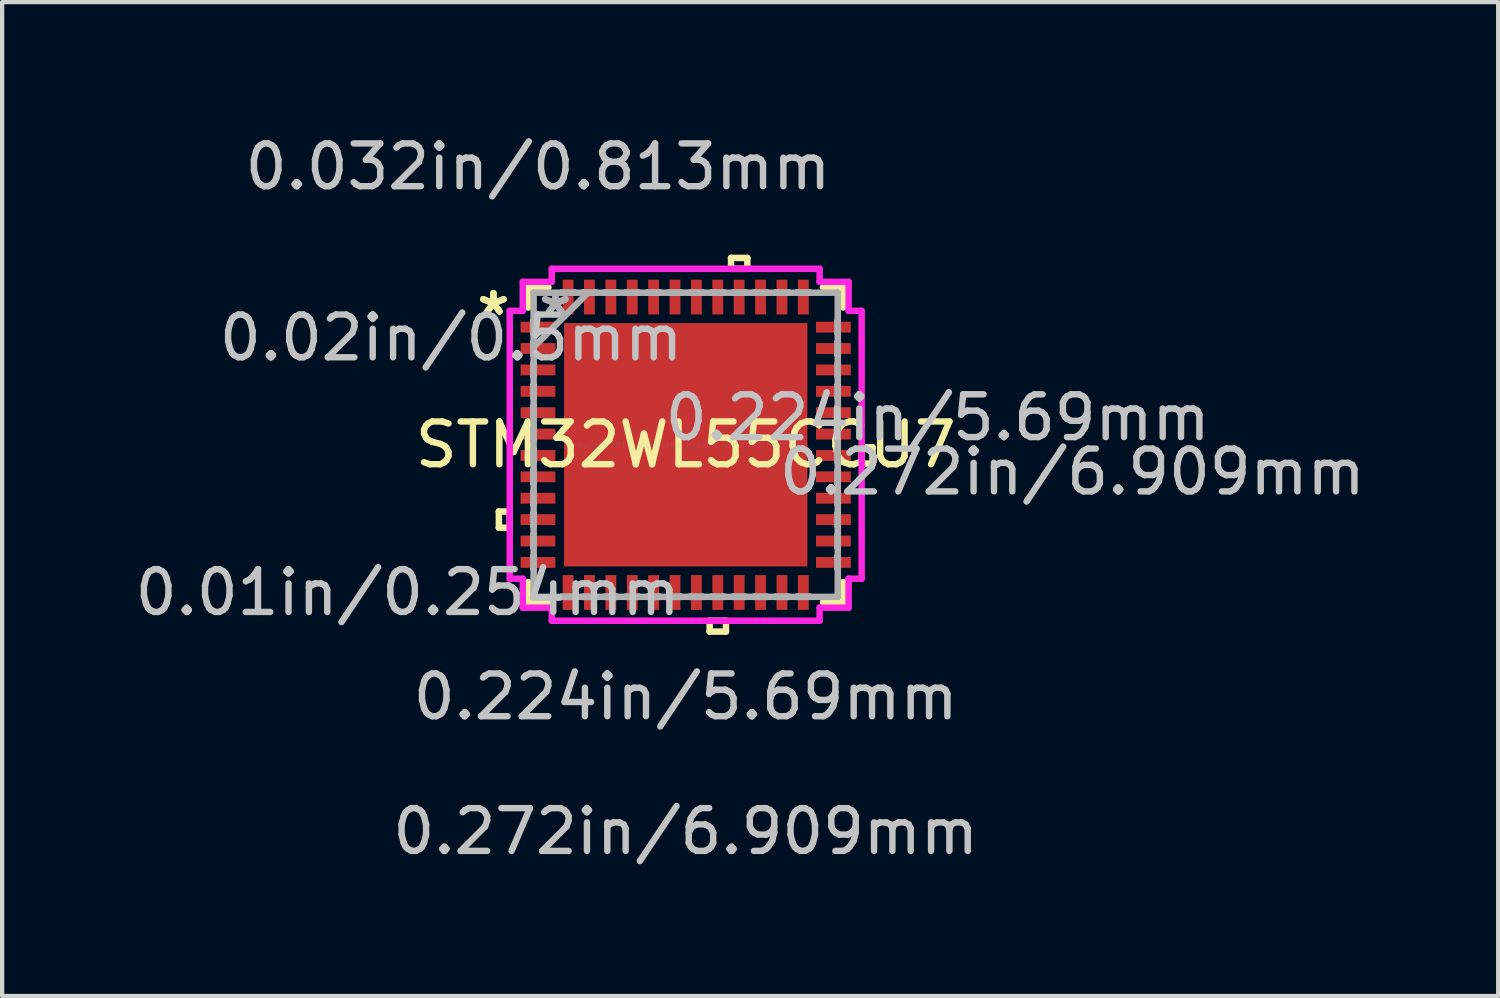
<source format=kicad_pcb>
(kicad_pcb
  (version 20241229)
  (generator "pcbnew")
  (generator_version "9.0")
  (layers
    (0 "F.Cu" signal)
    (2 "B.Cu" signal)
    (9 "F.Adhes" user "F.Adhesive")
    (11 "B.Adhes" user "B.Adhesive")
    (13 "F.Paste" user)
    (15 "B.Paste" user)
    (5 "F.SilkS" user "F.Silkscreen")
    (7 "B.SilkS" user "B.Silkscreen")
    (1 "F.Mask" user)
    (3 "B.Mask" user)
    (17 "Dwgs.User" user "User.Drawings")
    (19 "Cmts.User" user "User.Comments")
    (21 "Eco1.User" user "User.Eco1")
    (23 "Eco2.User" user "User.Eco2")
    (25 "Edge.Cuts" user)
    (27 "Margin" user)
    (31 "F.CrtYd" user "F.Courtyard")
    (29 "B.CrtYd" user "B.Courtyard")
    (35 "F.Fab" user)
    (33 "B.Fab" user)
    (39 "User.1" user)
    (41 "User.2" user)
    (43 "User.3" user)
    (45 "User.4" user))
  (footprint "STM32WL55CCU7"
    (layer "F.Cu")
    (at 12.985 7.351)
    (property "Reference" "STM32WL55CCU7" (at 0 0 0) (layer "F.SilkS") (effects (font (size 1 1) (thickness 0.15))))
    (attr through_hole)
    (fp_line (start -4.369 1.56) (end -4.369 1.941) (stroke (width 0.152) (type solid)) (layer "F.SilkS"))
    (fp_line (start -4.369 1.941) (end -4.115 1.941) (stroke (width 0.152) (type solid)) (layer "F.SilkS"))
    (fp_line (start -4.115 1.56) (end -4.369 1.56) (stroke (width 0.152) (type solid)) (layer "F.SilkS"))
    (fp_line (start -4.115 1.941) (end -4.115 1.56) (stroke (width 0.152) (type solid)) (layer "F.SilkS"))
    (fp_line (start -3.683 -3.683) (end -3.683 -3.21) (stroke (width 0.152) (type solid)) (layer "F.SilkS"))
    (fp_line (start -3.683 3.21) (end -3.683 3.683) (stroke (width 0.152) (type solid)) (layer "F.SilkS"))
    (fp_line (start -3.683 3.683) (end -3.21 3.683) (stroke (width 0.152) (type solid)) (layer "F.SilkS"))
    (fp_line (start -3.21 -3.683) (end -3.683 -3.683) (stroke (width 0.152) (type solid)) (layer "F.SilkS"))
    (fp_line (start 0.56 4.115) (end 0.56 4.369) (stroke (width 0.152) (type solid)) (layer "F.SilkS"))
    (fp_line (start 0.56 4.369) (end 0.941 4.369) (stroke (width 0.152) (type solid)) (layer "F.SilkS"))
    (fp_line (start 0.941 4.115) (end 0.56 4.115) (stroke (width 0.152) (type solid)) (layer "F.SilkS"))
    (fp_line (start 0.941 4.369) (end 0.941 4.115) (stroke (width 0.152) (type solid)) (layer "F.SilkS"))
    (fp_line (start 1.06 -4.369) (end 1.441 -4.369) (stroke (width 0.152) (type solid)) (layer "F.SilkS"))
    (fp_line (start 1.06 -4.115) (end 1.06 -4.369) (stroke (width 0.152) (type solid)) (layer "F.SilkS"))
    (fp_line (start 1.441 -4.369) (end 1.441 -4.115) (stroke (width 0.152) (type solid)) (layer "F.SilkS"))
    (fp_line (start 1.441 -4.115) (end 1.06 -4.115) (stroke (width 0.152) (type solid)) (layer "F.SilkS"))
    (fp_line (start 3.21 3.683) (end 3.683 3.683) (stroke (width 0.152) (type solid)) (layer "F.SilkS"))
    (fp_line (start 3.683 -3.683) (end 3.21 -3.683) (stroke (width 0.152) (type solid)) (layer "F.SilkS"))
    (fp_line (start 3.683 -3.21) (end 3.683 -3.683) (stroke (width 0.152) (type solid)) (layer "F.SilkS"))
    (fp_line (start 3.683 3.683) (end 3.683 3.21) (stroke (width 0.152) (type solid)) (layer "F.SilkS"))
    (fp_line (start 4.115 0.06) (end 4.369 0.06) (stroke (width 0.152) (type solid)) (layer "F.SilkS"))
    (fp_line (start 4.115 0.441) (end 4.115 0.06) (stroke (width 0.152) (type solid)) (layer "F.SilkS"))
    (fp_line (start 4.369 0.06) (end 4.369 0.441) (stroke (width 0.152) (type solid)) (layer "F.SilkS"))
    (fp_line (start 4.369 0.441) (end 4.115 0.441) (stroke (width 0.152) (type solid)) (layer "F.SilkS"))
    (fp_line (start -2.745 -2.745) (end -2.745 -1.522) (stroke (width 0.152) (type solid)) (layer "F.Paste"))
    (fp_line (start -2.745 -1.522) (end -1.522 -1.522) (stroke (width 0.152) (type solid)) (layer "F.Paste"))
    (fp_line (start -2.745 -1.322) (end -2.745 -0.1) (stroke (width 0.152) (type solid)) (layer "F.Paste"))
    (fp_line (start -2.745 -0.1) (end -1.522 -0.1) (stroke (width 0.152) (type solid)) (layer "F.Paste"))
    (fp_line (start -2.745 0.1) (end -2.745 1.322) (stroke (width 0.152) (type solid)) (layer "F.Paste"))
    (fp_line (start -2.745 1.322) (end -1.522 1.322) (stroke (width 0.152) (type solid)) (layer "F.Paste"))
    (fp_line (start -2.745 1.522) (end -2.745 2.745) (stroke (width 0.152) (type solid)) (layer "F.Paste"))
    (fp_line (start -2.745 2.745) (end -1.522 2.745) (stroke (width 0.152) (type solid)) (layer "F.Paste"))
    (fp_line (start -1.522 -2.745) (end -2.745 -2.745) (stroke (width 0.152) (type solid)) (layer "F.Paste"))
    (fp_line (start -1.522 -1.522) (end -1.522 -2.745) (stroke (width 0.152) (type solid)) (layer "F.Paste"))
    (fp_line (start -1.522 -1.322) (end -2.745 -1.322) (stroke (width 0.152) (type solid)) (layer "F.Paste"))
    (fp_line (start -1.522 -0.1) (end -1.522 -1.322) (stroke (width 0.152) (type solid)) (layer "F.Paste"))
    (fp_line (start -1.522 0.1) (end -2.745 0.1) (stroke (width 0.152) (type solid)) (layer "F.Paste"))
    (fp_line (start -1.522 1.322) (end -1.522 0.1) (stroke (width 0.152) (type solid)) (layer "F.Paste"))
    (fp_line (start -1.522 1.522) (end -2.745 1.522) (stroke (width 0.152) (type solid)) (layer "F.Paste"))
    (fp_line (start -1.522 2.745) (end -1.522 1.522) (stroke (width 0.152) (type solid)) (layer "F.Paste"))
    (fp_line (start -1.322 -2.745) (end -1.322 -1.522) (stroke (width 0.152) (type solid)) (layer "F.Paste"))
    (fp_line (start -1.322 -1.522) (end -0.1 -1.522) (stroke (width 0.152) (type solid)) (layer "F.Paste"))
    (fp_line (start -1.322 -1.322) (end -1.322 -0.1) (stroke (width 0.152) (type solid)) (layer "F.Paste"))
    (fp_line (start -1.322 -0.1) (end -0.1 -0.1) (stroke (width 0.152) (type solid)) (layer "F.Paste"))
    (fp_line (start -1.322 0.1) (end -1.322 1.322) (stroke (width 0.152) (type solid)) (layer "F.Paste"))
    (fp_line (start -1.322 1.322) (end -0.1 1.322) (stroke (width 0.152) (type solid)) (layer "F.Paste"))
    (fp_line (start -1.322 1.522) (end -1.322 2.745) (stroke (width 0.152) (type solid)) (layer "F.Paste"))
    (fp_line (start -1.322 2.745) (end -0.1 2.745) (stroke (width 0.152) (type solid)) (layer "F.Paste"))
    (fp_line (start -0.1 -2.745) (end -1.322 -2.745) (stroke (width 0.152) (type solid)) (layer "F.Paste"))
    (fp_line (start -0.1 -1.522) (end -0.1 -2.745) (stroke (width 0.152) (type solid)) (layer "F.Paste"))
    (fp_line (start -0.1 -1.322) (end -1.322 -1.322) (stroke (width 0.152) (type solid)) (layer "F.Paste"))
    (fp_line (start -0.1 -0.1) (end -0.1 -1.322) (stroke (width 0.152) (type solid)) (layer "F.Paste"))
    (fp_line (start -0.1 0.1) (end -1.322 0.1) (stroke (width 0.152) (type solid)) (layer "F.Paste"))
    (fp_line (start -0.1 1.322) (end -0.1 0.1) (stroke (width 0.152) (type solid)) (layer "F.Paste"))
    (fp_line (start -0.1 1.522) (end -1.322 1.522) (stroke (width 0.152) (type solid)) (layer "F.Paste"))
    (fp_line (start -0.1 2.745) (end -0.1 1.522) (stroke (width 0.152) (type solid)) (layer "F.Paste"))
    (fp_line (start 0.1 -2.745) (end 0.1 -1.522) (stroke (width 0.152) (type solid)) (layer "F.Paste"))
    (fp_line (start 0.1 -1.522) (end 1.322 -1.522) (stroke (width 0.152) (type solid)) (layer "F.Paste"))
    (fp_line (start 0.1 -1.322) (end 0.1 -0.1) (stroke (width 0.152) (type solid)) (layer "F.Paste"))
    (fp_line (start 0.1 -0.1) (end 1.322 -0.1) (stroke (width 0.152) (type solid)) (layer "F.Paste"))
    (fp_line (start 0.1 0.1) (end 0.1 1.322) (stroke (width 0.152) (type solid)) (layer "F.Paste"))
    (fp_line (start 0.1 1.322) (end 1.322 1.322) (stroke (width 0.152) (type solid)) (layer "F.Paste"))
    (fp_line (start 0.1 1.522) (end 0.1 2.745) (stroke (width 0.152) (type solid)) (layer "F.Paste"))
    (fp_line (start 0.1 2.745) (end 1.322 2.745) (stroke (width 0.152) (type solid)) (layer "F.Paste"))
    (fp_line (start 1.322 -2.745) (end 0.1 -2.745) (stroke (width 0.152) (type solid)) (layer "F.Paste"))
    (fp_line (start 1.322 -1.522) (end 1.322 -2.745) (stroke (width 0.152) (type solid)) (layer "F.Paste"))
    (fp_line (start 1.322 -1.322) (end 0.1 -1.322) (stroke (width 0.152) (type solid)) (layer "F.Paste"))
    (fp_line (start 1.322 -0.1) (end 1.322 -1.322) (stroke (width 0.152) (type solid)) (layer "F.Paste"))
    (fp_line (start 1.322 0.1) (end 0.1 0.1) (stroke (width 0.152) (type solid)) (layer "F.Paste"))
    (fp_line (start 1.322 1.322) (end 1.322 0.1) (stroke (width 0.152) (type solid)) (layer "F.Paste"))
    (fp_line (start 1.322 1.522) (end 0.1 1.522) (stroke (width 0.152) (type solid)) (layer "F.Paste"))
    (fp_line (start 1.322 2.745) (end 1.322 1.522) (stroke (width 0.152) (type solid)) (layer "F.Paste"))
    (fp_line (start 1.522 -2.745) (end 1.522 -1.522) (stroke (width 0.152) (type solid)) (layer "F.Paste"))
    (fp_line (start 1.522 -1.522) (end 2.745 -1.522) (stroke (width 0.152) (type solid)) (layer "F.Paste"))
    (fp_line (start 1.522 -1.322) (end 1.522 -0.1) (stroke (width 0.152) (type solid)) (layer "F.Paste"))
    (fp_line (start 1.522 -0.1) (end 2.745 -0.1) (stroke (width 0.152) (type solid)) (layer "F.Paste"))
    (fp_line (start 1.522 0.1) (end 1.522 1.322) (stroke (width 0.152) (type solid)) (layer "F.Paste"))
    (fp_line (start 1.522 1.322) (end 2.745 1.322) (stroke (width 0.152) (type solid)) (layer "F.Paste"))
    (fp_line (start 1.522 1.522) (end 1.522 2.745) (stroke (width 0.152) (type solid)) (layer "F.Paste"))
    (fp_line (start 1.522 2.745) (end 2.745 2.745) (stroke (width 0.152) (type solid)) (layer "F.Paste"))
    (fp_line (start 2.745 -2.745) (end 1.522 -2.745) (stroke (width 0.152) (type solid)) (layer "F.Paste"))
    (fp_line (start 2.745 -1.522) (end 2.745 -2.745) (stroke (width 0.152) (type solid)) (layer "F.Paste"))
    (fp_line (start 2.745 -1.322) (end 1.522 -1.322) (stroke (width 0.152) (type solid)) (layer "F.Paste"))
    (fp_line (start 2.745 -0.1) (end 2.745 -1.322) (stroke (width 0.152) (type solid)) (layer "F.Paste"))
    (fp_line (start 2.745 0.1) (end 1.522 0.1) (stroke (width 0.152) (type solid)) (layer "F.Paste"))
    (fp_line (start 2.745 1.322) (end 2.745 0.1) (stroke (width 0.152) (type solid)) (layer "F.Paste"))
    (fp_line (start 2.745 1.522) (end 1.522 1.522) (stroke (width 0.152) (type solid)) (layer "F.Paste"))
    (fp_line (start 2.745 2.745) (end 2.745 1.522) (stroke (width 0.152) (type solid)) (layer "F.Paste"))
    (fp_line (start -4.115 -3.132) (end -3.81 -3.132) (stroke (width 0.152) (type solid)) (layer "F.CrtYd"))
    (fp_line (start -4.115 3.132) (end -4.115 -3.132) (stroke (width 0.152) (type solid)) (layer "F.CrtYd"))
    (fp_line (start -3.81 -3.81) (end -3.132 -3.81) (stroke (width 0.152) (type solid)) (layer "F.CrtYd"))
    (fp_line (start -3.81 -3.132) (end -3.81 -3.81) (stroke (width 0.152) (type solid)) (layer "F.CrtYd"))
    (fp_line (start -3.81 3.132) (end -4.115 3.132) (stroke (width 0.152) (type solid)) (layer "F.CrtYd"))
    (fp_line (start -3.81 3.81) (end -3.81 3.132) (stroke (width 0.152) (type solid)) (layer "F.CrtYd"))
    (fp_line (start -3.132 -4.115) (end 3.132 -4.115) (stroke (width 0.152) (type solid)) (layer "F.CrtYd"))
    (fp_line (start -3.132 -3.81) (end -3.132 -4.115) (stroke (width 0.152) (type solid)) (layer "F.CrtYd"))
    (fp_line (start -3.132 3.81) (end -3.81 3.81) (stroke (width 0.152) (type solid)) (layer "F.CrtYd"))
    (fp_line (start -3.132 4.115) (end -3.132 3.81) (stroke (width 0.152) (type solid)) (layer "F.CrtYd"))
    (fp_line (start 3.132 -4.115) (end 3.132 -3.81) (stroke (width 0.152) (type solid)) (layer "F.CrtYd"))
    (fp_line (start 3.132 -3.81) (end 3.81 -3.81) (stroke (width 0.152) (type solid)) (layer "F.CrtYd"))
    (fp_line (start 3.132 3.81) (end 3.132 4.115) (stroke (width 0.152) (type solid)) (layer "F.CrtYd"))
    (fp_line (start 3.132 4.115) (end -3.132 4.115) (stroke (width 0.152) (type solid)) (layer "F.CrtYd"))
    (fp_line (start 3.81 -3.81) (end 3.81 -3.132) (stroke (width 0.152) (type solid)) (layer "F.CrtYd"))
    (fp_line (start 3.81 -3.132) (end 4.115 -3.132) (stroke (width 0.152) (type solid)) (layer "F.CrtYd"))
    (fp_line (start 3.81 3.132) (end 3.81 3.81) (stroke (width 0.152) (type solid)) (layer "F.CrtYd"))
    (fp_line (start 3.81 3.81) (end 3.132 3.81) (stroke (width 0.152) (type solid)) (layer "F.CrtYd"))
    (fp_line (start 4.115 -3.132) (end 4.115 3.132) (stroke (width 0.152) (type solid)) (layer "F.CrtYd"))
    (fp_line (start 4.115 3.132) (end 3.81 3.132) (stroke (width 0.152) (type solid)) (layer "F.CrtYd"))
    (fp_line (start -3.556 -3.556) (end -3.556 -3.556) (stroke (width 0.152) (type solid)) (layer "F.Fab"))
    (fp_line (start -3.556 -3.556) (end -3.556 3.556) (stroke (width 0.152) (type solid)) (layer "F.Fab"))
    (fp_line (start -3.556 -2.903) (end -3.556 -2.903) (stroke (width 0.152) (type solid)) (layer "F.Fab"))
    (fp_line (start -3.556 -2.903) (end -3.556 -2.598) (stroke (width 0.152) (type solid)) (layer "F.Fab"))
    (fp_line (start -3.556 -2.598) (end -3.556 -2.903) (stroke (width 0.152) (type solid)) (layer "F.Fab"))
    (fp_line (start -3.556 -2.598) (end -3.556 -2.598) (stroke (width 0.152) (type solid)) (layer "F.Fab"))
    (fp_line (start -3.556 -2.403) (end -3.556 -2.403) (stroke (width 0.152) (type solid)) (layer "F.Fab"))
    (fp_line (start -3.556 -2.403) (end -3.556 -2.098) (stroke (width 0.152) (type solid)) (layer "F.Fab"))
    (fp_line (start -3.556 -2.286) (end -2.286 -3.556) (stroke (width 0.152) (type solid)) (layer "F.Fab"))
    (fp_line (start -3.556 -2.098) (end -3.556 -2.403) (stroke (width 0.152) (type solid)) (layer "F.Fab"))
    (fp_line (start -3.556 -2.098) (end -3.556 -2.098) (stroke (width 0.152) (type solid)) (layer "F.Fab"))
    (fp_line (start -3.556 -1.903) (end -3.556 -1.903) (stroke (width 0.152) (type solid)) (layer "F.Fab"))
    (fp_line (start -3.556 -1.903) (end -3.556 -1.598) (stroke (width 0.152) (type solid)) (layer "F.Fab"))
    (fp_line (start -3.556 -1.598) (end -3.556 -1.903) (stroke (width 0.152) (type solid)) (layer "F.Fab"))
    (fp_line (start -3.556 -1.598) (end -3.556 -1.598) (stroke (width 0.152) (type solid)) (layer "F.Fab"))
    (fp_line (start -3.556 -1.403) (end -3.556 -1.403) (stroke (width 0.152) (type solid)) (layer "F.Fab"))
    (fp_line (start -3.556 -1.403) (end -3.556 -1.098) (stroke (width 0.152) (type solid)) (layer "F.Fab"))
    (fp_line (start -3.556 -1.098) (end -3.556 -1.403) (stroke (width 0.152) (type solid)) (layer "F.Fab"))
    (fp_line (start -3.556 -1.098) (end -3.556 -1.098) (stroke (width 0.152) (type solid)) (layer "F.Fab"))
    (fp_line (start -3.556 -0.903) (end -3.556 -0.903) (stroke (width 0.152) (type solid)) (layer "F.Fab"))
    (fp_line (start -3.556 -0.903) (end -3.556 -0.598) (stroke (width 0.152) (type solid)) (layer "F.Fab"))
    (fp_line (start -3.556 -0.598) (end -3.556 -0.903) (stroke (width 0.152) (type solid)) (layer "F.Fab"))
    (fp_line (start -3.556 -0.598) (end -3.556 -0.598) (stroke (width 0.152) (type solid)) (layer "F.Fab"))
    (fp_line (start -3.556 -0.402) (end -3.556 -0.402) (stroke (width 0.152) (type solid)) (layer "F.Fab"))
    (fp_line (start -3.556 -0.402) (end -3.556 -0.098) (stroke (width 0.152) (type solid)) (layer "F.Fab"))
    (fp_line (start -3.556 -0.098) (end -3.556 -0.402) (stroke (width 0.152) (type solid)) (layer "F.Fab"))
    (fp_line (start -3.556 -0.098) (end -3.556 -0.098) (stroke (width 0.152) (type solid)) (layer "F.Fab"))
    (fp_line (start -3.556 0.098) (end -3.556 0.098) (stroke (width 0.152) (type solid)) (layer "F.Fab"))
    (fp_line (start -3.556 0.098) (end -3.556 0.402) (stroke (width 0.152) (type solid)) (layer "F.Fab"))
    (fp_line (start -3.556 0.402) (end -3.556 0.098) (stroke (width 0.152) (type solid)) (layer "F.Fab"))
    (fp_line (start -3.556 0.402) (end -3.556 0.402) (stroke (width 0.152) (type solid)) (layer "F.Fab"))
    (fp_line (start -3.556 0.598) (end -3.556 0.598) (stroke (width 0.152) (type solid)) (layer "F.Fab"))
    (fp_line (start -3.556 0.598) (end -3.556 0.903) (stroke (width 0.152) (type solid)) (layer "F.Fab"))
    (fp_line (start -3.556 0.903) (end -3.556 0.598) (stroke (width 0.152) (type solid)) (layer "F.Fab"))
    (fp_line (start -3.556 0.903) (end -3.556 0.903) (stroke (width 0.152) (type solid)) (layer "F.Fab"))
    (fp_line (start -3.556 1.098) (end -3.556 1.098) (stroke (width 0.152) (type solid)) (layer "F.Fab"))
    (fp_line (start -3.556 1.098) (end -3.556 1.403) (stroke (width 0.152) (type solid)) (layer "F.Fab"))
    (fp_line (start -3.556 1.403) (end -3.556 1.098) (stroke (width 0.152) (type solid)) (layer "F.Fab"))
    (fp_line (start -3.556 1.403) (end -3.556 1.403) (stroke (width 0.152) (type solid)) (layer "F.Fab"))
    (fp_line (start -3.556 1.598) (end -3.556 1.598) (stroke (width 0.152) (type solid)) (layer "F.Fab"))
    (fp_line (start -3.556 1.598) (end -3.556 1.903) (stroke (width 0.152) (type solid)) (layer "F.Fab"))
    (fp_line (start -3.556 1.903) (end -3.556 1.598) (stroke (width 0.152) (type solid)) (layer "F.Fab"))
    (fp_line (start -3.556 1.903) (end -3.556 1.903) (stroke (width 0.152) (type solid)) (layer "F.Fab"))
    (fp_line (start -3.556 2.098) (end -3.556 2.098) (stroke (width 0.152) (type solid)) (layer "F.Fab"))
    (fp_line (start -3.556 2.098) (end -3.556 2.403) (stroke (width 0.152) (type solid)) (layer "F.Fab"))
    (fp_line (start -3.556 2.403) (end -3.556 2.098) (stroke (width 0.152) (type solid)) (layer "F.Fab"))
    (fp_line (start -3.556 2.403) (end -3.556 2.403) (stroke (width 0.152) (type solid)) (layer "F.Fab"))
    (fp_line (start -3.556 2.598) (end -3.556 2.598) (stroke (width 0.152) (type solid)) (layer "F.Fab"))
    (fp_line (start -3.556 2.598) (end -3.556 2.903) (stroke (width 0.152) (type solid)) (layer "F.Fab"))
    (fp_line (start -3.556 2.903) (end -3.556 2.598) (stroke (width 0.152) (type solid)) (layer "F.Fab"))
    (fp_line (start -3.556 2.903) (end -3.556 2.903) (stroke (width 0.152) (type solid)) (layer "F.Fab"))
    (fp_line (start -3.556 3.556) (end -3.556 3.556) (stroke (width 0.152) (type solid)) (layer "F.Fab"))
    (fp_line (start -3.556 3.556) (end 3.556 3.556) (stroke (width 0.152) (type solid)) (layer "F.Fab"))
    (fp_line (start -2.903 -3.556) (end -2.903 -3.556) (stroke (width 0.152) (type solid)) (layer "F.Fab"))
    (fp_line (start -2.903 -3.556) (end -2.598 -3.556) (stroke (width 0.152) (type solid)) (layer "F.Fab"))
    (fp_line (start -2.903 3.556) (end -2.903 3.556) (stroke (width 0.152) (type solid)) (layer "F.Fab"))
    (fp_line (start -2.903 3.556) (end -2.598 3.556) (stroke (width 0.152) (type solid)) (layer "F.Fab"))
    (fp_line (start -2.598 -3.556) (end -2.903 -3.556) (stroke (width 0.152) (type solid)) (layer "F.Fab"))
    (fp_line (start -2.598 -3.556) (end -2.598 -3.556) (stroke (width 0.152) (type solid)) (layer "F.Fab"))
    (fp_line (start -2.598 3.556) (end -2.903 3.556) (stroke (width 0.152) (type solid)) (layer "F.Fab"))
    (fp_line (start -2.598 3.556) (end -2.598 3.556) (stroke (width 0.152) (type solid)) (layer "F.Fab"))
    (fp_line (start -2.403 -3.556) (end -2.403 -3.556) (stroke (width 0.152) (type solid)) (layer "F.Fab"))
    (fp_line (start -2.403 -3.556) (end -2.098 -3.556) (stroke (width 0.152) (type solid)) (layer "F.Fab"))
    (fp_line (start -2.403 3.556) (end -2.403 3.556) (stroke (width 0.152) (type solid)) (layer "F.Fab"))
    (fp_line (start -2.403 3.556) (end -2.098 3.556) (stroke (width 0.152) (type solid)) (layer "F.Fab"))
    (fp_line (start -2.098 -3.556) (end -2.403 -3.556) (stroke (width 0.152) (type solid)) (layer "F.Fab"))
    (fp_line (start -2.098 -3.556) (end -2.098 -3.556) (stroke (width 0.152) (type solid)) (layer "F.Fab"))
    (fp_line (start -2.098 3.556) (end -2.403 3.556) (stroke (width 0.152) (type solid)) (layer "F.Fab"))
    (fp_line (start -2.098 3.556) (end -2.098 3.556) (stroke (width 0.152) (type solid)) (layer "F.Fab"))
    (fp_line (start -1.903 -3.556) (end -1.903 -3.556) (stroke (width 0.152) (type solid)) (layer "F.Fab"))
    (fp_line (start -1.903 -3.556) (end -1.598 -3.556) (stroke (width 0.152) (type solid)) (layer "F.Fab"))
    (fp_line (start -1.903 3.556) (end -1.903 3.556) (stroke (width 0.152) (type solid)) (layer "F.Fab"))
    (fp_line (start -1.903 3.556) (end -1.598 3.556) (stroke (width 0.152) (type solid)) (layer "F.Fab"))
    (fp_line (start -1.598 -3.556) (end -1.903 -3.556) (stroke (width 0.152) (type solid)) (layer "F.Fab"))
    (fp_line (start -1.598 -3.556) (end -1.598 -3.556) (stroke (width 0.152) (type solid)) (layer "F.Fab"))
    (fp_line (start -1.598 3.556) (end -1.903 3.556) (stroke (width 0.152) (type solid)) (layer "F.Fab"))
    (fp_line (start -1.598 3.556) (end -1.598 3.556) (stroke (width 0.152) (type solid)) (layer "F.Fab"))
    (fp_line (start -1.403 -3.556) (end -1.403 -3.556) (stroke (width 0.152) (type solid)) (layer "F.Fab"))
    (fp_line (start -1.403 -3.556) (end -1.098 -3.556) (stroke (width 0.152) (type solid)) (layer "F.Fab"))
    (fp_line (start -1.403 3.556) (end -1.403 3.556) (stroke (width 0.152) (type solid)) (layer "F.Fab"))
    (fp_line (start -1.403 3.556) (end -1.098 3.556) (stroke (width 0.152) (type solid)) (layer "F.Fab"))
    (fp_line (start -1.098 -3.556) (end -1.403 -3.556) (stroke (width 0.152) (type solid)) (layer "F.Fab"))
    (fp_line (start -1.098 -3.556) (end -1.098 -3.556) (stroke (width 0.152) (type solid)) (layer "F.Fab"))
    (fp_line (start -1.098 3.556) (end -1.403 3.556) (stroke (width 0.152) (type solid)) (layer "F.Fab"))
    (fp_line (start -1.098 3.556) (end -1.098 3.556) (stroke (width 0.152) (type solid)) (layer "F.Fab"))
    (fp_line (start -0.903 -3.556) (end -0.903 -3.556) (stroke (width 0.152) (type solid)) (layer "F.Fab"))
    (fp_line (start -0.903 -3.556) (end -0.598 -3.556) (stroke (width 0.152) (type solid)) (layer "F.Fab"))
    (fp_line (start -0.903 3.556) (end -0.903 3.556) (stroke (width 0.152) (type solid)) (layer "F.Fab"))
    (fp_line (start -0.903 3.556) (end -0.598 3.556) (stroke (width 0.152) (type solid)) (layer "F.Fab"))
    (fp_line (start -0.598 -3.556) (end -0.903 -3.556) (stroke (width 0.152) (type solid)) (layer "F.Fab"))
    (fp_line (start -0.598 -3.556) (end -0.598 -3.556) (stroke (width 0.152) (type solid)) (layer "F.Fab"))
    (fp_line (start -0.598 3.556) (end -0.903 3.556) (stroke (width 0.152) (type solid)) (layer "F.Fab"))
    (fp_line (start -0.598 3.556) (end -0.598 3.556) (stroke (width 0.152) (type solid)) (layer "F.Fab"))
    (fp_line (start -0.402 -3.556) (end -0.402 -3.556) (stroke (width 0.152) (type solid)) (layer "F.Fab"))
    (fp_line (start -0.402 -3.556) (end -0.098 -3.556) (stroke (width 0.152) (type solid)) (layer "F.Fab"))
    (fp_line (start -0.402 3.556) (end -0.402 3.556) (stroke (width 0.152) (type solid)) (layer "F.Fab"))
    (fp_line (start -0.402 3.556) (end -0.098 3.556) (stroke (width 0.152) (type solid)) (layer "F.Fab"))
    (fp_line (start -0.098 -3.556) (end -0.402 -3.556) (stroke (width 0.152) (type solid)) (layer "F.Fab"))
    (fp_line (start -0.098 -3.556) (end -0.098 -3.556) (stroke (width 0.152) (type solid)) (layer "F.Fab"))
    (fp_line (start -0.098 3.556) (end -0.402 3.556) (stroke (width 0.152) (type solid)) (layer "F.Fab"))
    (fp_line (start -0.098 3.556) (end -0.098 3.556) (stroke (width 0.152) (type solid)) (layer "F.Fab"))
    (fp_line (start 0.098 -3.556) (end 0.098 -3.556) (stroke (width 0.152) (type solid)) (layer "F.Fab"))
    (fp_line (start 0.098 -3.556) (end 0.402 -3.556) (stroke (width 0.152) (type solid)) (layer "F.Fab"))
    (fp_line (start 0.098 3.556) (end 0.098 3.556) (stroke (width 0.152) (type solid)) (layer "F.Fab"))
    (fp_line (start 0.098 3.556) (end 0.402 3.556) (stroke (width 0.152) (type solid)) (layer "F.Fab"))
    (fp_line (start 0.402 -3.556) (end 0.098 -3.556) (stroke (width 0.152) (type solid)) (layer "F.Fab"))
    (fp_line (start 0.402 -3.556) (end 0.402 -3.556) (stroke (width 0.152) (type solid)) (layer "F.Fab"))
    (fp_line (start 0.402 3.556) (end 0.098 3.556) (stroke (width 0.152) (type solid)) (layer "F.Fab"))
    (fp_line (start 0.402 3.556) (end 0.402 3.556) (stroke (width 0.152) (type solid)) (layer "F.Fab"))
    (fp_line (start 0.598 -3.556) (end 0.598 -3.556) (stroke (width 0.152) (type solid)) (layer "F.Fab"))
    (fp_line (start 0.598 -3.556) (end 0.903 -3.556) (stroke (width 0.152) (type solid)) (layer "F.Fab"))
    (fp_line (start 0.598 3.556) (end 0.598 3.556) (stroke (width 0.152) (type solid)) (layer "F.Fab"))
    (fp_line (start 0.598 3.556) (end 0.903 3.556) (stroke (width 0.152) (type solid)) (layer "F.Fab"))
    (fp_line (start 0.903 -3.556) (end 0.598 -3.556) (stroke (width 0.152) (type solid)) (layer "F.Fab"))
    (fp_line (start 0.903 -3.556) (end 0.903 -3.556) (stroke (width 0.152) (type solid)) (layer "F.Fab"))
    (fp_line (start 0.903 3.556) (end 0.598 3.556) (stroke (width 0.152) (type solid)) (layer "F.Fab"))
    (fp_line (start 0.903 3.556) (end 0.903 3.556) (stroke (width 0.152) (type solid)) (layer "F.Fab"))
    (fp_line (start 1.098 -3.556) (end 1.098 -3.556) (stroke (width 0.152) (type solid)) (layer "F.Fab"))
    (fp_line (start 1.098 -3.556) (end 1.403 -3.556) (stroke (width 0.152) (type solid)) (layer "F.Fab"))
    (fp_line (start 1.098 3.556) (end 1.098 3.556) (stroke (width 0.152) (type solid)) (layer "F.Fab"))
    (fp_line (start 1.098 3.556) (end 1.403 3.556) (stroke (width 0.152) (type solid)) (layer "F.Fab"))
    (fp_line (start 1.403 -3.556) (end 1.098 -3.556) (stroke (width 0.152) (type solid)) (layer "F.Fab"))
    (fp_line (start 1.403 -3.556) (end 1.403 -3.556) (stroke (width 0.152) (type solid)) (layer "F.Fab"))
    (fp_line (start 1.403 3.556) (end 1.098 3.556) (stroke (width 0.152) (type solid)) (layer "F.Fab"))
    (fp_line (start 1.403 3.556) (end 1.403 3.556) (stroke (width 0.152) (type solid)) (layer "F.Fab"))
    (fp_line (start 1.598 -3.556) (end 1.598 -3.556) (stroke (width 0.152) (type solid)) (layer "F.Fab"))
    (fp_line (start 1.598 -3.556) (end 1.903 -3.556) (stroke (width 0.152) (type solid)) (layer "F.Fab"))
    (fp_line (start 1.598 3.556) (end 1.598 3.556) (stroke (width 0.152) (type solid)) (layer "F.Fab"))
    (fp_line (start 1.598 3.556) (end 1.903 3.556) (stroke (width 0.152) (type solid)) (layer "F.Fab"))
    (fp_line (start 1.903 -3.556) (end 1.598 -3.556) (stroke (width 0.152) (type solid)) (layer "F.Fab"))
    (fp_line (start 1.903 -3.556) (end 1.903 -3.556) (stroke (width 0.152) (type solid)) (layer "F.Fab"))
    (fp_line (start 1.903 3.556) (end 1.598 3.556) (stroke (width 0.152) (type solid)) (layer "F.Fab"))
    (fp_line (start 1.903 3.556) (end 1.903 3.556) (stroke (width 0.152) (type solid)) (layer "F.Fab"))
    (fp_line (start 2.098 -3.556) (end 2.098 -3.556) (stroke (width 0.152) (type solid)) (layer "F.Fab"))
    (fp_line (start 2.098 -3.556) (end 2.403 -3.556) (stroke (width 0.152) (type solid)) (layer "F.Fab"))
    (fp_line (start 2.098 3.556) (end 2.098 3.556) (stroke (width 0.152) (type solid)) (layer "F.Fab"))
    (fp_line (start 2.098 3.556) (end 2.403 3.556) (stroke (width 0.152) (type solid)) (layer "F.Fab"))
    (fp_line (start 2.403 -3.556) (end 2.098 -3.556) (stroke (width 0.152) (type solid)) (layer "F.Fab"))
    (fp_line (start 2.403 -3.556) (end 2.403 -3.556) (stroke (width 0.152) (type solid)) (layer "F.Fab"))
    (fp_line (start 2.403 3.556) (end 2.098 3.556) (stroke (width 0.152) (type solid)) (layer "F.Fab"))
    (fp_line (start 2.403 3.556) (end 2.403 3.556) (stroke (width 0.152) (type solid)) (layer "F.Fab"))
    (fp_line (start 2.598 -3.556) (end 2.598 -3.556) (stroke (width 0.152) (type solid)) (layer "F.Fab"))
    (fp_line (start 2.598 -3.556) (end 2.903 -3.556) (stroke (width 0.152) (type solid)) (layer "F.Fab"))
    (fp_line (start 2.598 3.556) (end 2.598 3.556) (stroke (width 0.152) (type solid)) (layer "F.Fab"))
    (fp_line (start 2.598 3.556) (end 2.903 3.556) (stroke (width 0.152) (type solid)) (layer "F.Fab"))
    (fp_line (start 2.903 -3.556) (end 2.598 -3.556) (stroke (width 0.152) (type solid)) (layer "F.Fab"))
    (fp_line (start 2.903 -3.556) (end 2.903 -3.556) (stroke (width 0.152) (type solid)) (layer "F.Fab"))
    (fp_line (start 2.903 3.556) (end 2.598 3.556) (stroke (width 0.152) (type solid)) (layer "F.Fab"))
    (fp_line (start 2.903 3.556) (end 2.903 3.556) (stroke (width 0.152) (type solid)) (layer "F.Fab"))
    (fp_line (start 3.556 -3.556) (end -3.556 -3.556) (stroke (width 0.152) (type solid)) (layer "F.Fab"))
    (fp_line (start 3.556 -3.556) (end 3.556 -3.556) (stroke (width 0.152) (type solid)) (layer "F.Fab"))
    (fp_line (start 3.556 -2.903) (end 3.556 -2.903) (stroke (width 0.152) (type solid)) (layer "F.Fab"))
    (fp_line (start 3.556 -2.903) (end 3.556 -2.598) (stroke (width 0.152) (type solid)) (layer "F.Fab"))
    (fp_line (start 3.556 -2.598) (end 3.556 -2.903) (stroke (width 0.152) (type solid)) (layer "F.Fab"))
    (fp_line (start 3.556 -2.598) (end 3.556 -2.598) (stroke (width 0.152) (type solid)) (layer "F.Fab"))
    (fp_line (start 3.556 -2.403) (end 3.556 -2.403) (stroke (width 0.152) (type solid)) (layer "F.Fab"))
    (fp_line (start 3.556 -2.403) (end 3.556 -2.098) (stroke (width 0.152) (type solid)) (layer "F.Fab"))
    (fp_line (start 3.556 -2.098) (end 3.556 -2.403) (stroke (width 0.152) (type solid)) (layer "F.Fab"))
    (fp_line (start 3.556 -2.098) (end 3.556 -2.098) (stroke (width 0.152) (type solid)) (layer "F.Fab"))
    (fp_line (start 3.556 -1.903) (end 3.556 -1.903) (stroke (width 0.152) (type solid)) (layer "F.Fab"))
    (fp_line (start 3.556 -1.903) (end 3.556 -1.598) (stroke (width 0.152) (type solid)) (layer "F.Fab"))
    (fp_line (start 3.556 -1.598) (end 3.556 -1.903) (stroke (width 0.152) (type solid)) (layer "F.Fab"))
    (fp_line (start 3.556 -1.598) (end 3.556 -1.598) (stroke (width 0.152) (type solid)) (layer "F.Fab"))
    (fp_line (start 3.556 -1.403) (end 3.556 -1.403) (stroke (width 0.152) (type solid)) (layer "F.Fab"))
    (fp_line (start 3.556 -1.403) (end 3.556 -1.098) (stroke (width 0.152) (type solid)) (layer "F.Fab"))
    (fp_line (start 3.556 -1.098) (end 3.556 -1.403) (stroke (width 0.152) (type solid)) (layer "F.Fab"))
    (fp_line (start 3.556 -1.098) (end 3.556 -1.098) (stroke (width 0.152) (type solid)) (layer "F.Fab"))
    (fp_line (start 3.556 -0.903) (end 3.556 -0.903) (stroke (width 0.152) (type solid)) (layer "F.Fab"))
    (fp_line (start 3.556 -0.903) (end 3.556 -0.598) (stroke (width 0.152) (type solid)) (layer "F.Fab"))
    (fp_line (start 3.556 -0.598) (end 3.556 -0.903) (stroke (width 0.152) (type solid)) (layer "F.Fab"))
    (fp_line (start 3.556 -0.598) (end 3.556 -0.598) (stroke (width 0.152) (type solid)) (layer "F.Fab"))
    (fp_line (start 3.556 -0.402) (end 3.556 -0.402) (stroke (width 0.152) (type solid)) (layer "F.Fab"))
    (fp_line (start 3.556 -0.402) (end 3.556 -0.098) (stroke (width 0.152) (type solid)) (layer "F.Fab"))
    (fp_line (start 3.556 -0.098) (end 3.556 -0.402) (stroke (width 0.152) (type solid)) (layer "F.Fab"))
    (fp_line (start 3.556 -0.098) (end 3.556 -0.098) (stroke (width 0.152) (type solid)) (layer "F.Fab"))
    (fp_line (start 3.556 0.098) (end 3.556 0.098) (stroke (width 0.152) (type solid)) (layer "F.Fab"))
    (fp_line (start 3.556 0.098) (end 3.556 0.402) (stroke (width 0.152) (type solid)) (layer "F.Fab"))
    (fp_line (start 3.556 0.402) (end 3.556 0.098) (stroke (width 0.152) (type solid)) (layer "F.Fab"))
    (fp_line (start 3.556 0.402) (end 3.556 0.402) (stroke (width 0.152) (type solid)) (layer "F.Fab"))
    (fp_line (start 3.556 0.598) (end 3.556 0.598) (stroke (width 0.152) (type solid)) (layer "F.Fab"))
    (fp_line (start 3.556 0.598) (end 3.556 0.903) (stroke (width 0.152) (type solid)) (layer "F.Fab"))
    (fp_line (start 3.556 0.903) (end 3.556 0.598) (stroke (width 0.152) (type solid)) (layer "F.Fab"))
    (fp_line (start 3.556 0.903) (end 3.556 0.903) (stroke (width 0.152) (type solid)) (layer "F.Fab"))
    (fp_line (start 3.556 1.098) (end 3.556 1.098) (stroke (width 0.152) (type solid)) (layer "F.Fab"))
    (fp_line (start 3.556 1.098) (end 3.556 1.403) (stroke (width 0.152) (type solid)) (layer "F.Fab"))
    (fp_line (start 3.556 1.403) (end 3.556 1.098) (stroke (width 0.152) (type solid)) (layer "F.Fab"))
    (fp_line (start 3.556 1.403) (end 3.556 1.403) (stroke (width 0.152) (type solid)) (layer "F.Fab"))
    (fp_line (start 3.556 1.598) (end 3.556 1.598) (stroke (width 0.152) (type solid)) (layer "F.Fab"))
    (fp_line (start 3.556 1.598) (end 3.556 1.903) (stroke (width 0.152) (type solid)) (layer "F.Fab"))
    (fp_line (start 3.556 1.903) (end 3.556 1.598) (stroke (width 0.152) (type solid)) (layer "F.Fab"))
    (fp_line (start 3.556 1.903) (end 3.556 1.903) (stroke (width 0.152) (type solid)) (layer "F.Fab"))
    (fp_line (start 3.556 2.098) (end 3.556 2.098) (stroke (width 0.152) (type solid)) (layer "F.Fab"))
    (fp_line (start 3.556 2.098) (end 3.556 2.403) (stroke (width 0.152) (type solid)) (layer "F.Fab"))
    (fp_line (start 3.556 2.403) (end 3.556 2.098) (stroke (width 0.152) (type solid)) (layer "F.Fab"))
    (fp_line (start 3.556 2.403) (end 3.556 2.403) (stroke (width 0.152) (type solid)) (layer "F.Fab"))
    (fp_line (start 3.556 2.598) (end 3.556 2.598) (stroke (width 0.152) (type solid)) (layer "F.Fab"))
    (fp_line (start 3.556 2.598) (end 3.556 2.903) (stroke (width 0.152) (type solid)) (layer "F.Fab"))
    (fp_line (start 3.556 2.903) (end 3.556 2.598) (stroke (width 0.152) (type solid)) (layer "F.Fab"))
    (fp_line (start 3.556 2.903) (end 3.556 2.903) (stroke (width 0.152) (type solid)) (layer "F.Fab"))
    (fp_line (start 3.556 3.556) (end 3.556 -3.556) (stroke (width 0.152) (type solid)) (layer "F.Fab"))
    (fp_line (start 3.556 3.556) (end 3.556 3.556) (stroke (width 0.152) (type solid)) (layer "F.Fab"))
    (fp_text user "*" (at -4.496 -3.001 0) (layer "F.SilkS") (effects (font (size 1 1) (thickness 0.15))))
    (fp_text user "*" (at -4.496 -3.001 0) (layer "F.SilkS") (effects (font (size 1 1) (thickness 0.15))))
    (fp_text user "0.272in/6.909mm" (at 9.042 0.635 0) (layer "Dwgs.User") (effects (font (size 1 1) (thickness 0.15))))
    (fp_text user "0.01in/0.254mm" (at -6.502 3.454 0) (layer "Dwgs.User") (effects (font (size 1 1) (thickness 0.15))))
    (fp_text user "0.02in/0.5mm" (at -5.486 -2.501 0) (layer "Dwgs.User") (effects (font (size 1 1) (thickness 0.15))))
    (fp_text user "0.224in/5.69mm" (at 0 5.893 0) (layer "Dwgs.User") (effects (font (size 1 1) (thickness 0.15))))
    (fp_text user "0.032in/0.813mm" (at -3.454 -6.502 0) (layer "Dwgs.User") (effects (font (size 1 1) (thickness 0.15))))
    (fp_text user "0.224in/5.69mm" (at 5.893 -0.635 0) (layer "Dwgs.User") (effects (font (size 1 1) (thickness 0.15))))
    (fp_text user "0.272in/6.909mm" (at 0 9.042 0) (layer "Dwgs.User") (effects (font (size 1 1) (thickness 0.15))))
    (fp_text user "Copyright 2016 Accelerated Designs. All rights reserved." (at 0 0 0) (layer "Cmts.User") (effects (font (size 0.127 0.127) (thickness 0.002))))
    (fp_text user "*" (at -3.048 -3.001 0) (layer "F.Fab") (effects (font (size 1 1) (thickness 0.15))))
    (fp_text user "*" (at -3.048 -3.001 0) (layer "F.Fab") (effects (font (size 1 1) (thickness 0.15))))
    (pad "1" smd rect (at -3.454 -2.751 90) (size 0.254 0.813) (layers "F.Cu" "F.Mask" "F.Paste"))
    (pad "2" smd rect (at -3.454 -2.251 90) (size 0.254 0.813) (layers "F.Cu" "F.Mask" "F.Paste"))
    (pad "3" smd rect (at -3.454 -1.75 90) (size 0.254 0.813) (layers "F.Cu" "F.Mask" "F.Paste"))
    (pad "4" smd rect (at -3.454 -1.25 90) (size 0.254 0.813) (layers "F.Cu" "F.Mask" "F.Paste"))
    (pad "5" smd rect (at -3.454 -0.75 90) (size 0.254 0.813) (layers "F.Cu" "F.Mask" "F.Paste"))
    (pad "6" smd rect (at -3.454 -0.25 90) (size 0.254 0.813) (layers "F.Cu" "F.Mask" "F.Paste"))
    (pad "7" smd rect (at -3.454 0.25 90) (size 0.254 0.813) (layers "F.Cu" "F.Mask" "F.Paste"))
    (pad "8" smd rect (at -3.454 0.75 90) (size 0.254 0.813) (layers "F.Cu" "F.Mask" "F.Paste"))
    (pad "9" smd rect (at -3.454 1.25 90) (size 0.254 0.813) (layers "F.Cu" "F.Mask" "F.Paste"))
    (pad "10" smd rect (at -3.454 1.75 90) (size 0.254 0.813) (layers "F.Cu" "F.Mask" "F.Paste"))
    (pad "11" smd rect (at -3.454 2.251 90) (size 0.254 0.813) (layers "F.Cu" "F.Mask" "F.Paste"))
    (pad "12" smd rect (at -3.454 2.751 90) (size 0.254 0.813) (layers "F.Cu" "F.Mask" "F.Paste"))
    (pad "13" smd rect (at -2.751 3.454) (size 0.254 0.813) (layers "F.Cu" "F.Mask" "F.Paste"))
    (pad "14" smd rect (at -2.251 3.454) (size 0.254 0.813) (layers "F.Cu" "F.Mask" "F.Paste"))
    (pad "15" smd rect (at -1.75 3.454) (size 0.254 0.813) (layers "F.Cu" "F.Mask" "F.Paste"))
    (pad "16" smd rect (at -1.25 3.454) (size 0.254 0.813) (layers "F.Cu" "F.Mask" "F.Paste"))
    (pad "17" smd rect (at -0.75 3.454) (size 0.254 0.813) (layers "F.Cu" "F.Mask" "F.Paste"))
    (pad "18" smd rect (at -0.25 3.454) (size 0.254 0.813) (layers "F.Cu" "F.Mask" "F.Paste"))
    (pad "19" smd rect (at 0.25 3.454) (size 0.254 0.813) (layers "F.Cu" "F.Mask" "F.Paste"))
    (pad "20" smd rect (at 0.75 3.454) (size 0.254 0.813) (layers "F.Cu" "F.Mask" "F.Paste"))
    (pad "21" smd rect (at 1.25 3.454) (size 0.254 0.813) (layers "F.Cu" "F.Mask" "F.Paste"))
    (pad "22" smd rect (at 1.75 3.454) (size 0.254 0.813) (layers "F.Cu" "F.Mask" "F.Paste"))
    (pad "23" smd rect (at 2.251 3.454) (size 0.254 0.813) (layers "F.Cu" "F.Mask" "F.Paste"))
    (pad "24" smd rect (at 2.751 3.454) (size 0.254 0.813) (layers "F.Cu" "F.Mask" "F.Paste"))
    (pad "25" smd rect (at 3.454 2.751 90) (size 0.254 0.813) (layers "F.Cu" "F.Mask" "F.Paste"))
    (pad "26" smd rect (at 3.454 2.251 90) (size 0.254 0.813) (layers "F.Cu" "F.Mask" "F.Paste"))
    (pad "27" smd rect (at 3.454 1.75 90) (size 0.254 0.813) (layers "F.Cu" "F.Mask" "F.Paste"))
    (pad "28" smd rect (at 3.454 1.25 90) (size 0.254 0.813) (layers "F.Cu" "F.Mask" "F.Paste"))
    (pad "29" smd rect (at 3.454 0.75 90) (size 0.254 0.813) (layers "F.Cu" "F.Mask" "F.Paste"))
    (pad "30" smd rect (at 3.454 0.25 90) (size 0.254 0.813) (layers "F.Cu" "F.Mask" "F.Paste"))
    (pad "31" smd rect (at 3.454 -0.25 90) (size 0.254 0.813) (layers "F.Cu" "F.Mask" "F.Paste"))
    (pad "32" smd rect (at 3.454 -0.75 90) (size 0.254 0.813) (layers "F.Cu" "F.Mask" "F.Paste"))
    (pad "33" smd rect (at 3.454 -1.25 90) (size 0.254 0.813) (layers "F.Cu" "F.Mask" "F.Paste"))
    (pad "34" smd rect (at 3.454 -1.75 90) (size 0.254 0.813) (layers "F.Cu" "F.Mask" "F.Paste"))
    (pad "35" smd rect (at 3.454 -2.251 90) (size 0.254 0.813) (layers "F.Cu" "F.Mask" "F.Paste"))
    (pad "36" smd rect (at 3.454 -2.751 90) (size 0.254 0.813) (layers "F.Cu" "F.Mask" "F.Paste"))
    (pad "37" smd rect (at 2.751 -3.454) (size 0.254 0.813) (layers "F.Cu" "F.Mask" "F.Paste"))
    (pad "38" smd rect (at 2.251 -3.454) (size 0.254 0.813) (layers "F.Cu" "F.Mask" "F.Paste"))
    (pad "39" smd rect (at 1.75 -3.454) (size 0.254 0.813) (layers "F.Cu" "F.Mask" "F.Paste"))
    (pad "40" smd rect (at 1.25 -3.454) (size 0.254 0.813) (layers "F.Cu" "F.Mask" "F.Paste"))
    (pad "41" smd rect (at 0.75 -3.454) (size 0.254 0.813) (layers "F.Cu" "F.Mask" "F.Paste"))
    (pad "42" smd rect (at 0.25 -3.454) (size 0.254 0.813) (layers "F.Cu" "F.Mask" "F.Paste"))
    (pad "43" smd rect (at -0.25 -3.454) (size 0.254 0.813) (layers "F.Cu" "F.Mask" "F.Paste"))
    (pad "44" smd rect (at -0.75 -3.454) (size 0.254 0.813) (layers "F.Cu" "F.Mask" "F.Paste"))
    (pad "45" smd rect (at -1.25 -3.454) (size 0.254 0.813) (layers "F.Cu" "F.Mask" "F.Paste"))
    (pad "46" smd rect (at -1.75 -3.454) (size 0.254 0.813) (layers "F.Cu" "F.Mask" "F.Paste"))
    (pad "47" smd rect (at -2.251 -3.454) (size 0.254 0.813) (layers "F.Cu" "F.Mask" "F.Paste"))
    (pad "48" smd rect (at -2.751 -3.454) (size 0.254 0.813) (layers "F.Cu" "F.Mask" "F.Paste"))
    (pad "49" smd rect (at 0 0) (size 5.69 5.69) (layers "F.Cu" "F.Mask" "F.Paste")))
  (gr_rect
    (start -3 -3)
    (end 31.985 20.241)
    (stroke (width 0.1) (type default))
    (fill no)
    (layer "Edge.Cuts")))
</source>
